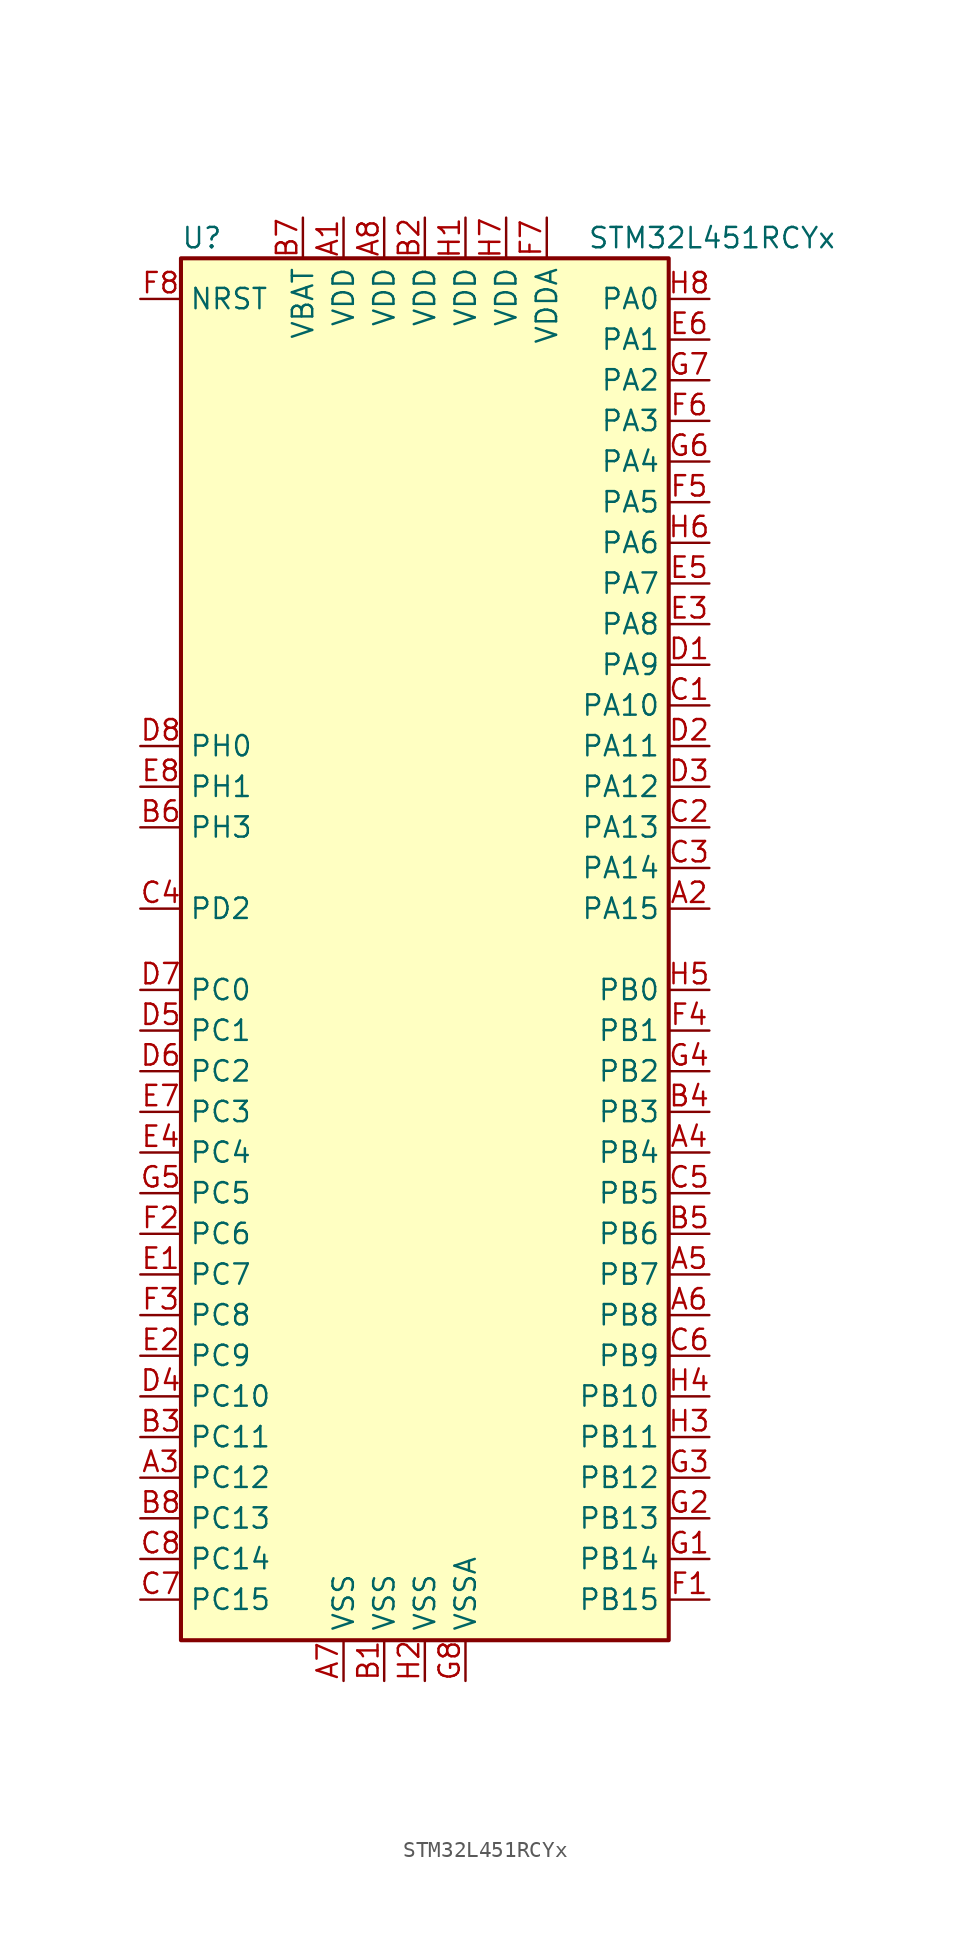
<source format=kicad_sym>
(kicad_symbol_lib
  (version 20201005)
  (generator kicad_symbol_editor)
  (symbol "STM32L451RCYx"
    (property "Reference" "U"
      (at -15.24 44.45 0)
      (effects (font (size 1.27 1.27)) (justify left)))
    (property "Value" "STM32L451RCYx"
      (at 10.16 44.45 0)
      (effects (font (size 1.27 1.27)) (justify left)))
    (symbol "STM32L451RCYx_0_1"
      (rectangle (start -15.24 -43.18) (end 15.24 43.18) (stroke (width 0.254)) (fill (type background))))
    (symbol "STM32L451RCYx_1_1"
      (pin power_in line (at -5.08 45.72 270) (length 2.54) (name "VDD" (effects (font (size 1.27 1.27)))) (number "A1" (effects (font (size 1.27 1.27)))))
      (pin bidirectional line (at 17.78 2.54 180) (length 2.54) (name "PA15" (effects (font (size 1.27 1.27)))) (number "A2" (effects (font (size 1.27 1.27)))))
      (pin bidirectional line (at -17.78 -33.02 0) (length 2.54) (name "PC12" (effects (font (size 1.27 1.27)))) (number "A3" (effects (font (size 1.27 1.27)))))
      (pin bidirectional line (at 17.78 -12.7 180) (length 2.54) (name "PB4" (effects (font (size 1.27 1.27)))) (number "A4" (effects (font (size 1.27 1.27)))))
      (pin bidirectional line (at 17.78 -20.32 180) (length 2.54) (name "PB7" (effects (font (size 1.27 1.27)))) (number "A5" (effects (font (size 1.27 1.27)))))
      (pin bidirectional line (at 17.78 -22.86 180) (length 2.54) (name "PB8" (effects (font (size 1.27 1.27)))) (number "A6" (effects (font (size 1.27 1.27)))))
      (pin power_in line (at -5.08 -45.72 90) (length 2.54) (name "VSS" (effects (font (size 1.27 1.27)))) (number "A7" (effects (font (size 1.27 1.27)))))
      (pin power_in line (at -2.54 45.72 270) (length 2.54) (name "VDD" (effects (font (size 1.27 1.27)))) (number "A8" (effects (font (size 1.27 1.27)))))
      (pin power_in line (at -2.54 -45.72 90) (length 2.54) (name "VSS" (effects (font (size 1.27 1.27)))) (number "B1" (effects (font (size 1.27 1.27)))))
      (pin power_in line (at 0 45.72 270) (length 2.54) (name "VDD" (effects (font (size 1.27 1.27)))) (number "B2" (effects (font (size 1.27 1.27)))))
      (pin bidirectional line (at -17.78 -30.48 0) (length 2.54) (name "PC11" (effects (font (size 1.27 1.27)))) (number "B3" (effects (font (size 1.27 1.27)))))
      (pin bidirectional line (at 17.78 -10.16 180) (length 2.54) (name "PB3" (effects (font (size 1.27 1.27)))) (number "B4" (effects (font (size 1.27 1.27)))))
      (pin bidirectional line (at 17.78 -17.78 180) (length 2.54) (name "PB6" (effects (font (size 1.27 1.27)))) (number "B5" (effects (font (size 1.27 1.27)))))
      (pin bidirectional line (at -17.78 7.62 0) (length 2.54) (name "PH3" (effects (font (size 1.27 1.27)))) (number "B6" (effects (font (size 1.27 1.27)))))
      (pin power_in line (at -7.62 45.72 270) (length 2.54) (name "VBAT" (effects (font (size 1.27 1.27)))) (number "B7" (effects (font (size 1.27 1.27)))))
      (pin bidirectional line (at -17.78 -35.56 0) (length 2.54) (name "PC13" (effects (font (size 1.27 1.27)))) (number "B8" (effects (font (size 1.27 1.27)))))
      (pin bidirectional line (at 17.78 15.24 180) (length 2.54) (name "PA10" (effects (font (size 1.27 1.27)))) (number "C1" (effects (font (size 1.27 1.27)))))
      (pin bidirectional line (at 17.78 7.62 180) (length 2.54) (name "PA13" (effects (font (size 1.27 1.27)))) (number "C2" (effects (font (size 1.27 1.27)))))
      (pin bidirectional line (at 17.78 5.08 180) (length 2.54) (name "PA14" (effects (font (size 1.27 1.27)))) (number "C3" (effects (font (size 1.27 1.27)))))
      (pin bidirectional line (at -17.78 2.54 0) (length 2.54) (name "PD2" (effects (font (size 1.27 1.27)))) (number "C4" (effects (font (size 1.27 1.27)))))
      (pin bidirectional line (at 17.78 -15.24 180) (length 2.54) (name "PB5" (effects (font (size 1.27 1.27)))) (number "C5" (effects (font (size 1.27 1.27)))))
      (pin bidirectional line (at 17.78 -25.4 180) (length 2.54) (name "PB9" (effects (font (size 1.27 1.27)))) (number "C6" (effects (font (size 1.27 1.27)))))
      (pin bidirectional line (at -17.78 -40.64 0) (length 2.54) (name "PC15" (effects (font (size 1.27 1.27)))) (number "C7" (effects (font (size 1.27 1.27)))))
      (pin bidirectional line (at -17.78 -38.1 0) (length 2.54) (name "PC14" (effects (font (size 1.27 1.27)))) (number "C8" (effects (font (size 1.27 1.27)))))
      (pin bidirectional line (at 17.78 17.78 180) (length 2.54) (name "PA9" (effects (font (size 1.27 1.27)))) (number "D1" (effects (font (size 1.27 1.27)))))
      (pin bidirectional line (at 17.78 12.7 180) (length 2.54) (name "PA11" (effects (font (size 1.27 1.27)))) (number "D2" (effects (font (size 1.27 1.27)))))
      (pin bidirectional line (at 17.78 10.16 180) (length 2.54) (name "PA12" (effects (font (size 1.27 1.27)))) (number "D3" (effects (font (size 1.27 1.27)))))
      (pin bidirectional line (at -17.78 -27.94 0) (length 2.54) (name "PC10" (effects (font (size 1.27 1.27)))) (number "D4" (effects (font (size 1.27 1.27)))))
      (pin bidirectional line (at -17.78 -5.08 0) (length 2.54) (name "PC1" (effects (font (size 1.27 1.27)))) (number "D5" (effects (font (size 1.27 1.27)))))
      (pin bidirectional line (at -17.78 -7.62 0) (length 2.54) (name "PC2" (effects (font (size 1.27 1.27)))) (number "D6" (effects (font (size 1.27 1.27)))))
      (pin bidirectional line (at -17.78 -2.54 0) (length 2.54) (name "PC0" (effects (font (size 1.27 1.27)))) (number "D7" (effects (font (size 1.27 1.27)))))
      (pin input line (at -17.78 12.7 0) (length 2.54) (name "PH0" (effects (font (size 1.27 1.27)))) (number "D8" (effects (font (size 1.27 1.27)))))
      (pin bidirectional line (at -17.78 -20.32 0) (length 2.54) (name "PC7" (effects (font (size 1.27 1.27)))) (number "E1" (effects (font (size 1.27 1.27)))))
      (pin bidirectional line (at -17.78 -25.4 0) (length 2.54) (name "PC9" (effects (font (size 1.27 1.27)))) (number "E2" (effects (font (size 1.27 1.27)))))
      (pin bidirectional line (at 17.78 20.32 180) (length 2.54) (name "PA8" (effects (font (size 1.27 1.27)))) (number "E3" (effects (font (size 1.27 1.27)))))
      (pin bidirectional line (at -17.78 -12.7 0) (length 2.54) (name "PC4" (effects (font (size 1.27 1.27)))) (number "E4" (effects (font (size 1.27 1.27)))))
      (pin bidirectional line (at 17.78 22.86 180) (length 2.54) (name "PA7" (effects (font (size 1.27 1.27)))) (number "E5" (effects (font (size 1.27 1.27)))))
      (pin bidirectional line (at 17.78 38.1 180) (length 2.54) (name "PA1" (effects (font (size 1.27 1.27)))) (number "E6" (effects (font (size 1.27 1.27)))))
      (pin bidirectional line (at -17.78 -10.16 0) (length 2.54) (name "PC3" (effects (font (size 1.27 1.27)))) (number "E7" (effects (font (size 1.27 1.27)))))
      (pin input line (at -17.78 10.16 0) (length 2.54) (name "PH1" (effects (font (size 1.27 1.27)))) (number "E8" (effects (font (size 1.27 1.27)))))
      (pin bidirectional line (at 17.78 -40.64 180) (length 2.54) (name "PB15" (effects (font (size 1.27 1.27)))) (number "F1" (effects (font (size 1.27 1.27)))))
      (pin bidirectional line (at -17.78 -17.78 0) (length 2.54) (name "PC6" (effects (font (size 1.27 1.27)))) (number "F2" (effects (font (size 1.27 1.27)))))
      (pin bidirectional line (at -17.78 -22.86 0) (length 2.54) (name "PC8" (effects (font (size 1.27 1.27)))) (number "F3" (effects (font (size 1.27 1.27)))))
      (pin bidirectional line (at 17.78 -5.08 180) (length 2.54) (name "PB1" (effects (font (size 1.27 1.27)))) (number "F4" (effects (font (size 1.27 1.27)))))
      (pin bidirectional line (at 17.78 27.94 180) (length 2.54) (name "PA5" (effects (font (size 1.27 1.27)))) (number "F5" (effects (font (size 1.27 1.27)))))
      (pin bidirectional line (at 17.78 33.02 180) (length 2.54) (name "PA3" (effects (font (size 1.27 1.27)))) (number "F6" (effects (font (size 1.27 1.27)))))
      (pin power_in line (at 7.62 45.72 270) (length 2.54) (name "VDDA" (effects (font (size 1.27 1.27)))) (number "F7" (effects (font (size 1.27 1.27)))))
      (pin input line (at -17.78 40.64 0) (length 2.54) (name "NRST" (effects (font (size 1.27 1.27)))) (number "F8" (effects (font (size 1.27 1.27)))))
      (pin bidirectional line (at 17.78 -38.1 180) (length 2.54) (name "PB14" (effects (font (size 1.27 1.27)))) (number "G1" (effects (font (size 1.27 1.27)))))
      (pin bidirectional line (at 17.78 -35.56 180) (length 2.54) (name "PB13" (effects (font (size 1.27 1.27)))) (number "G2" (effects (font (size 1.27 1.27)))))
      (pin bidirectional line (at 17.78 -33.02 180) (length 2.54) (name "PB12" (effects (font (size 1.27 1.27)))) (number "G3" (effects (font (size 1.27 1.27)))))
      (pin bidirectional line (at 17.78 -7.62 180) (length 2.54) (name "PB2" (effects (font (size 1.27 1.27)))) (number "G4" (effects (font (size 1.27 1.27)))))
      (pin bidirectional line (at -17.78 -15.24 0) (length 2.54) (name "PC5" (effects (font (size 1.27 1.27)))) (number "G5" (effects (font (size 1.27 1.27)))))
      (pin bidirectional line (at 17.78 30.48 180) (length 2.54) (name "PA4" (effects (font (size 1.27 1.27)))) (number "G6" (effects (font (size 1.27 1.27)))))
      (pin bidirectional line (at 17.78 35.56 180) (length 2.54) (name "PA2" (effects (font (size 1.27 1.27)))) (number "G7" (effects (font (size 1.27 1.27)))))
      (pin power_in line (at 2.54 -45.72 90) (length 2.54) (name "VSSA" (effects (font (size 1.27 1.27)))) (number "G8" (effects (font (size 1.27 1.27)))))
      (pin power_in line (at 2.54 45.72 270) (length 2.54) (name "VDD" (effects (font (size 1.27 1.27)))) (number "H1" (effects (font (size 1.27 1.27)))))
      (pin power_in line (at 0 -45.72 90) (length 2.54) (name "VSS" (effects (font (size 1.27 1.27)))) (number "H2" (effects (font (size 1.27 1.27)))))
      (pin bidirectional line (at 17.78 -30.48 180) (length 2.54) (name "PB11" (effects (font (size 1.27 1.27)))) (number "H3" (effects (font (size 1.27 1.27)))))
      (pin bidirectional line (at 17.78 -27.94 180) (length 2.54) (name "PB10" (effects (font (size 1.27 1.27)))) (number "H4" (effects (font (size 1.27 1.27)))))
      (pin bidirectional line (at 17.78 -2.54 180) (length 2.54) (name "PB0" (effects (font (size 1.27 1.27)))) (number "H5" (effects (font (size 1.27 1.27)))))
      (pin bidirectional line (at 17.78 25.4 180) (length 2.54) (name "PA6" (effects (font (size 1.27 1.27)))) (number "H6" (effects (font (size 1.27 1.27)))))
      (pin power_in line (at 5.08 45.72 270) (length 2.54) (name "VDD" (effects (font (size 1.27 1.27)))) (number "H7" (effects (font (size 1.27 1.27)))))
      (pin bidirectional line (at 17.78 40.64 180) (length 2.54) (name "PA0" (effects (font (size 1.27 1.27)))) (number "H8" (effects (font (size 1.27 1.27))))))))
</source>
